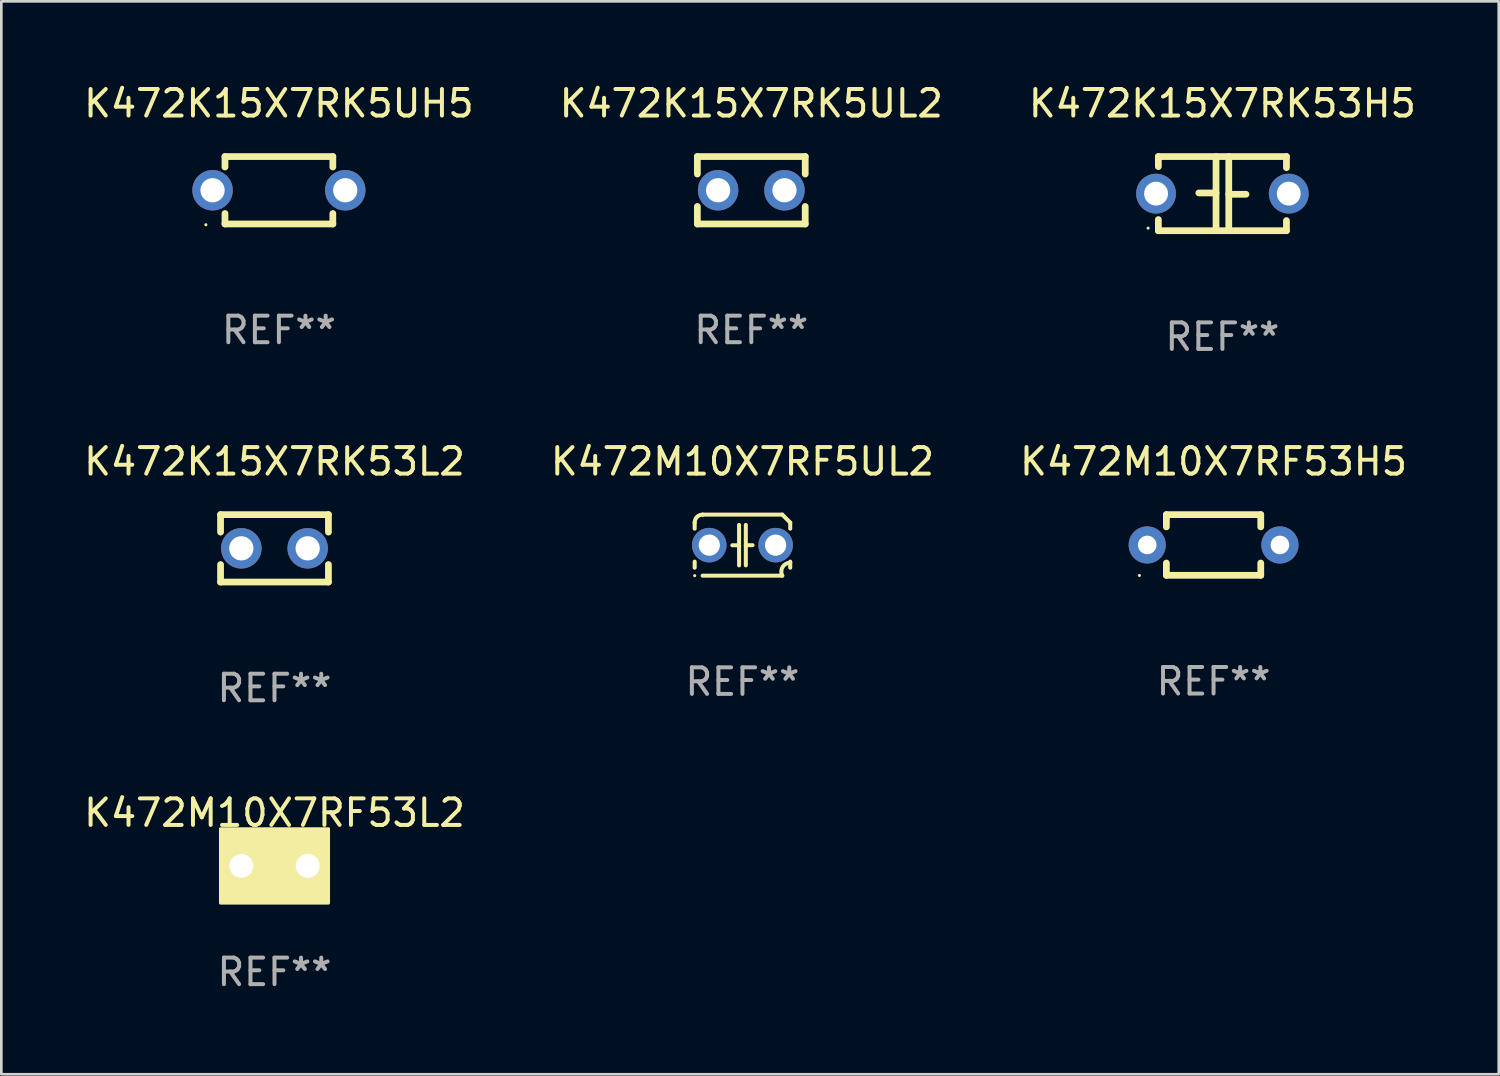
<source format=kicad_pcb>
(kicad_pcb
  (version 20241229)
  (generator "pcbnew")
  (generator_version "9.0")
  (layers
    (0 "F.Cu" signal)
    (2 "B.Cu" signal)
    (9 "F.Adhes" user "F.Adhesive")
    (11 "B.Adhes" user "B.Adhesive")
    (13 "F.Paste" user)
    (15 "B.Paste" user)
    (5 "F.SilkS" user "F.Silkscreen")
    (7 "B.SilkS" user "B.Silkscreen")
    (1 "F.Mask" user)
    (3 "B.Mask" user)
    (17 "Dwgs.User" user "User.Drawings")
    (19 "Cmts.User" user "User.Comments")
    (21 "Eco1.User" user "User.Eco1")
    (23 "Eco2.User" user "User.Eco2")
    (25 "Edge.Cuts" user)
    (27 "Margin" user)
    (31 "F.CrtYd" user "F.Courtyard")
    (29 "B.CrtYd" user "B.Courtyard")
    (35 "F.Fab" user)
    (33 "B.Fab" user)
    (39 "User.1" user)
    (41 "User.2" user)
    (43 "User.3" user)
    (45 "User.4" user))
  (footprint "K472K15X7RK53L2"
    (layer "F.Cu")
    (at 7.292 17.609)
    (property "Reference" "K472K15X7RK53L2" (at 0 -3.27 0) (layer "F.SilkS") (effects (font (size 1 1) (thickness 0.15))))
    (attr through_hole)
    (fp_line (start -2.032 -1.27) (end -2.032 -0.611) (stroke (width 0.254) (type solid)) (layer "F.SilkS"))
    (fp_line (start -2.032 0.611) (end -2.032 1.27) (stroke (width 0.254) (type solid)) (layer "F.SilkS"))
    (fp_line (start -2.032 1.27) (end 2.032 1.27) (stroke (width 0.254) (type solid)) (layer "F.SilkS"))
    (fp_line (start 2.032 -1.27) (end -2.032 -1.27) (stroke (width 0.254) (type solid)) (layer "F.SilkS"))
    (fp_line (start 2.032 -0.611) (end 2.032 -1.27) (stroke (width 0.254) (type solid)) (layer "F.SilkS"))
    (fp_line (start 2.032 1.27) (end 2.032 0.611) (stroke (width 0.254) (type solid)) (layer "F.SilkS"))
    (fp_circle (center -2 1.3) (end -1.97 1.3) (stroke (width 0.06) (type solid)) (fill no) (layer "F.SilkS"))
    (fp_text user "REF**" (at 0 5.27 0) (layer "F.Fab") (effects (font (size 1 1) (thickness 0.15))))
    (pad "1" thru_hole circle (at -1.25 0) (size 1.524 1.524) (drill 0.914) (layers "*.Cu" "*.Mask"))
    (pad "2" thru_hole circle (at 1.25 0) (size 1.524 1.524) (drill 0.914) (layers "*.Cu" "*.Mask")))
  (footprint "K472M10X7RF5UL2"
    (layer "F.Cu")
    (at 24.923 17.489)
    (property "Reference" "K472M10X7RF5UL2" (at 0 -3.15 0) (layer "F.SilkS") (effects (font (size 1 1) (thickness 0.15))))
    (attr through_hole)
    (fp_line (start -1.8 -0.621) (end -1.8 -0.85) (stroke (width 0.152) (type solid)) (layer "F.SilkS"))
    (fp_line (start -1.8 0.85) (end -1.8 0.621) (stroke (width 0.152) (type solid)) (layer "F.SilkS"))
    (fp_line (start -1.5 -1.15) (end 1.5 -1.15) (stroke (width 0.152) (type solid)) (layer "F.SilkS"))
    (fp_line (start -0.127 -0.762) (end -0.127 0.762) (stroke (width 0.152) (type solid)) (layer "F.SilkS"))
    (fp_line (start -0.127 0.005) (end -0.381 0.005) (stroke (width 0.152) (type solid)) (layer "F.SilkS"))
    (fp_line (start 0.127 -0.762) (end 0.127 0.762) (stroke (width 0.152) (type solid)) (layer "F.SilkS"))
    (fp_line (start 0.127 0.002) (end 0.381 0.002) (stroke (width 0.152) (type solid)) (layer "F.SilkS"))
    (fp_line (start 1.5 1.15) (end -1.5 1.15) (stroke (width 0.152) (type solid)) (layer "F.SilkS"))
    (fp_line (start 1.8 -0.85) (end 1.8 -0.621) (stroke (width 0.152) (type solid)) (layer "F.SilkS"))
    (fp_line (start 1.8 0.621) (end 1.8 0.85) (stroke (width 0.152) (type solid)) (layer "F.SilkS"))
    (fp_arc (start -1.799975 -0.849987) (mid -1.712107 -1.062119) (end -1.499975 -1.149987) (stroke (width 0.151994) (type solid)) (layer "F.SilkS"))
    (fp_arc (start 1.499975 1.149987) (mid 1.513726 0.822359) (end 1.799975 0.662387) (stroke (width 0.151994) (type solid)) (layer "F.SilkS"))
    (fp_arc (start 1.500001 -1.149986) (mid 1.650015 -1.000001) (end 1.8 -0.849987) (stroke (width 0.151994) (type solid)) (layer "F.SilkS"))
    (fp_circle (center -1.8 1.15) (end -1.77 1.15) (stroke (width 0.06) (type solid)) (fill no) (layer "F.SilkS"))
    (fp_text user "REF**" (at 0 5.15 0) (layer "F.Fab") (effects (font (size 1 1) (thickness 0.15))))
    (pad "1" thru_hole circle (at -1.25 0) (size 1.3 1.3) (drill 0.8) (layers "*.Cu" "*.Mask"))
    (pad "2" thru_hole circle (at 1.25 0) (size 1.3 1.3) (drill 0.8) (layers "*.Cu" "*.Mask")))
  (footprint "K472K15X7RK5UL2"
    (layer "F.Cu")
    (at 25.256 4.118)
    (property "Reference" "K472K15X7RK5UL2" (at 0 -3.27 0) (layer "F.SilkS") (effects (font (size 1 1) (thickness 0.15))))
    (attr through_hole)
    (fp_line (start -2.032 -1.27) (end -2.032 -0.611) (stroke (width 0.254) (type solid)) (layer "F.SilkS"))
    (fp_line (start -2.032 0.611) (end -2.032 1.27) (stroke (width 0.254) (type solid)) (layer "F.SilkS"))
    (fp_line (start -2.032 1.27) (end 2.032 1.27) (stroke (width 0.254) (type solid)) (layer "F.SilkS"))
    (fp_line (start 2.032 -1.27) (end -2.032 -1.27) (stroke (width 0.254) (type solid)) (layer "F.SilkS"))
    (fp_line (start 2.032 -0.611) (end 2.032 -1.27) (stroke (width 0.254) (type solid)) (layer "F.SilkS"))
    (fp_line (start 2.032 1.27) (end 2.032 0.611) (stroke (width 0.254) (type solid)) (layer "F.SilkS"))
    (fp_circle (center -2 1.3) (end -1.97 1.3) (stroke (width 0.06) (type solid)) (fill no) (layer "F.SilkS"))
    (fp_text user "REF**" (at 0 5.27 0) (layer "F.Fab") (effects (font (size 1 1) (thickness 0.15))))
    (pad "1" thru_hole circle (at -1.25 0) (size 1.524 1.524) (drill 0.914) (layers "*.Cu" "*.Mask"))
    (pad "2" thru_hole circle (at 1.25 0) (size 1.524 1.524) (drill 0.914) (layers "*.Cu" "*.Mask")))
  (footprint "K472K15X7RK5UH5"
    (layer "F.Cu")
    (at 7.458 4.118)
    (property "Reference" "K472K15X7RK5UH5" (at 0 -3.27 0) (layer "F.SilkS") (effects (font (size 1 1) (thickness 0.15))))
    (attr through_hole)
    (fp_line (start -2.032 -1.27) (end -2.032 -0.876) (stroke (width 0.254) (type solid)) (layer "F.SilkS"))
    (fp_line (start -2.032 0.876) (end -2.032 1.27) (stroke (width 0.254) (type solid)) (layer "F.SilkS"))
    (fp_line (start -2.032 1.27) (end 2.032 1.27) (stroke (width 0.254) (type solid)) (layer "F.SilkS"))
    (fp_line (start 2.032 -1.27) (end -2.032 -1.27) (stroke (width 0.254) (type solid)) (layer "F.SilkS"))
    (fp_line (start 2.032 -0.876) (end 2.032 -1.27) (stroke (width 0.254) (type solid)) (layer "F.SilkS"))
    (fp_line (start 2.032 1.27) (end 2.032 0.876) (stroke (width 0.254) (type solid)) (layer "F.SilkS"))
    (fp_circle (center -2.751 1.3) (end -2.721 1.3) (stroke (width 0.06) (type solid)) (fill no) (layer "F.SilkS"))
    (fp_text user "REF**" (at 0 5.27 0) (layer "F.Fab") (effects (font (size 1 1) (thickness 0.15))))
    (pad "1" thru_hole circle (at -2.5 0) (size 1.524 1.524) (drill 0.914) (layers "*.Cu" "*.Mask"))
    (pad "2" thru_hole circle (at 2.5 0) (size 1.524 1.524) (drill 0.914) (layers "*.Cu" "*.Mask")))
  (footprint "K472M10X7RF53H5"
    (layer "F.Cu")
    (at 42.673 17.482)
    (property "Reference" "K472M10X7RF53H5" (at 0 -3.143 0) (layer "F.SilkS") (effects (font (size 1 1) (thickness 0.15))))
    (attr through_hole)
    (fp_line (start -1.778 -1.143) (end 1.778 -1.143) (stroke (width 0.254) (type solid)) (layer "F.SilkS"))
    (fp_line (start -1.778 -0.681) (end -1.778 -1.143) (stroke (width 0.254) (type solid)) (layer "F.SilkS"))
    (fp_line (start -1.778 1.143) (end -1.778 0.681) (stroke (width 0.254) (type solid)) (layer "F.SilkS"))
    (fp_line (start 1.778 -1.143) (end 1.778 -0.681) (stroke (width 0.254) (type solid)) (layer "F.SilkS"))
    (fp_line (start 1.778 0.681) (end 1.778 1.143) (stroke (width 0.254) (type solid)) (layer "F.SilkS"))
    (fp_line (start 1.778 1.143) (end -1.778 1.143) (stroke (width 0.254) (type solid)) (layer "F.SilkS"))
    (fp_circle (center -2.794 1.15) (end -2.764 1.15) (stroke (width 0.06) (type solid)) (fill no) (layer "F.SilkS"))
    (fp_text user "REF**" (at 0 5.143 0) (layer "F.Fab") (effects (font (size 1 1) (thickness 0.15))))
    (pad "1" thru_hole circle (at -2.5 0) (size 1.4 1.4) (drill 0.7) (layers "*.Cu" "*.Mask"))
    (pad "2" thru_hole circle (at 2.5 0) (size 1.4 1.4) (drill 0.7) (layers "*.Cu" "*.Mask")))
  (footprint "K472M10X7RF53L2"
    (layer "F.Cu")
    (at 7.292 29.575)
    (property "Reference" "K472M10X7RF53L2" (at 0 -2 0) (layer "F.SilkS") (effects (font (size 1 1) (thickness 0.15))))
    (attr through_hole)
    (fp_circle (center -1.8 1.15) (end -1.77 1.15) (stroke (width 0.06) (type solid)) (fill no) (layer "F.SilkS"))
    (fp_poly (pts (xy -2.032 -1.397) (xy 2.032 -1.397) (xy 2.032 1.397) (xy -2.032 1.397)) (stroke (width 0.12) (type solid)) (fill yes) (layer "F.SilkS"))
    (fp_text user "REF**" (at 0 4 0) (layer "F.Fab") (effects (font (size 1 1) (thickness 0.15))))
    (pad "1" thru_hole circle (at -1.25 0) (size 1.5 1.5) (drill 0.9) (layers "*.Cu" "*.Mask"))
    (pad "2" thru_hole circle (at 1.25 0) (size 1.5 1.5) (drill 0.9) (layers "*.Cu" "*.Mask")))
  (footprint "K472K15X7RK53H5"
    (layer "F.Cu")
    (at 43.006 4.245)
    (property "Reference" "K472K15X7RK53H5" (at 0 -3.397 0) (layer "F.SilkS") (effects (font (size 1 1) (thickness 0.15))))
    (attr through_hole)
    (fp_line (start -2.413 -1.397) (end 2.413 -1.397) (stroke (width 0.254) (type solid)) (layer "F.SilkS"))
    (fp_line (start -2.413 -1.016) (end -2.413 -1.397) (stroke (width 0.254) (type solid)) (layer "F.SilkS"))
    (fp_line (start -2.413 0.977) (end -2.413 1.397) (stroke (width 0.254) (type solid)) (layer "F.SilkS"))
    (fp_line (start -0.24 -0.025) (end -0.889 -0.025) (stroke (width 0.254) (type solid)) (layer "F.SilkS"))
    (fp_line (start -0.24 1.397) (end -0.24 -1.397) (stroke (width 0.254) (type solid)) (layer "F.SilkS"))
    (fp_line (start 0.24 -1.397) (end 0.24 1.397) (stroke (width 0.254) (type solid)) (layer "F.SilkS"))
    (fp_line (start 0.24 0.025) (end 0.889 0.025) (stroke (width 0.254) (type solid)) (layer "F.SilkS"))
    (fp_line (start 2.413 -0.977) (end 2.413 -1.397) (stroke (width 0.254) (type solid)) (layer "F.SilkS"))
    (fp_line (start 2.413 1.016) (end 2.413 1.397) (stroke (width 0.254) (type solid)) (layer "F.SilkS"))
    (fp_line (start 2.413 1.397) (end -2.413 1.397) (stroke (width 0.254) (type solid)) (layer "F.SilkS"))
    (fp_circle (center -2.8 1.3) (end -2.77 1.3) (stroke (width 0.06) (type solid)) (fill no) (layer "F.SilkS"))
    (fp_text user "REF**" (at 0 5.397 0) (layer "F.Fab") (effects (font (size 1 1) (thickness 0.15))))
    (pad "1" thru_hole circle (at -2.5 0) (size 1.5 1.5) (drill 0.9) (layers "*.Cu" "*.Mask"))
    (pad "2" thru_hole circle (at 2.5 0) (size 1.5 1.5) (drill 0.9) (layers "*.Cu" "*.Mask")))
  (gr_rect
    (start -3 -3)
    (end 53.417 37.424)
    (stroke (width 0.1) (type default))
    (fill no)
    (layer "Edge.Cuts")))
</source>
